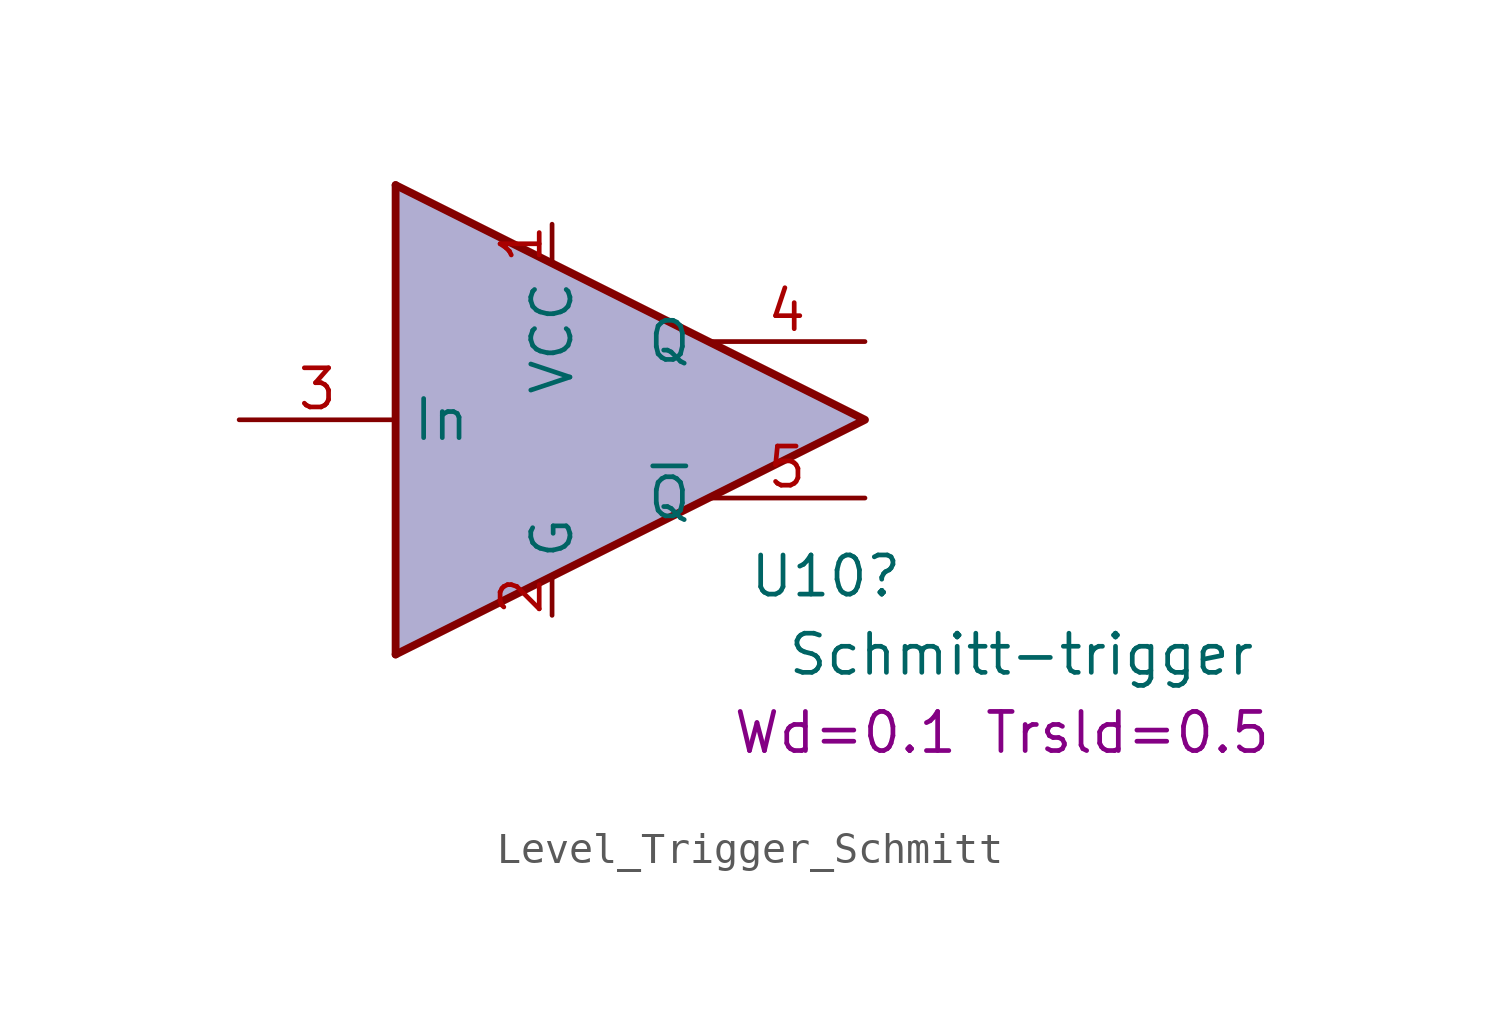
<source format=kicad_sym>
(kicad_symbol_lib
  (version 20220914)
  (generator kicad_symbol_editor)
  (symbol "Level_Trigger_Schmitt"
    (property "Reference" "U10"
      (at 8.89 -5.08 0)
      (effects (font (size 1.27 1.27))))
    (property "Value" "Schmitt-trigger"
      (at 15.24 -7.62 0)
      (effects (font (size 1.27 1.27))))
    (property "Sim.Params" "Wd=0.1 Trsld=0.5"
      (at 14.605 -10.16 0)
      (effects (font (size 1.27 1.27))))
    (symbol "Level_Trigger_Schmitt_0_1"
      (rectangle (start -5.08 7.62) (end -5.08 -7.62) (stroke (width 0.254) (type default)) (fill (type background))))
    (symbol "Level_Trigger_Schmitt_1_1"
      (polyline (pts (xy -5.08 -7.62) (xy 10.16 0) (xy -5.08 7.62)) (stroke (width 0.254) (type default)) (fill (type color) (color 149 146 194 0.749)))
      (pin power_in line (at 0 6.35 270) (length 1.27) (name "VCC" (effects (font (size 1.27 1.27)))) (number "1" (effects (font (size 1.27 1.27)))))
      (pin power_in line (at 0 -6.35 90) (length 1.27) (name "G" (effects (font (size 1.27 1.27)))) (number "2" (effects (font (size 1.27 1.27)))))
      (pin input line (at -10.16 0 0) (length 5.08) (name "In" (effects (font (size 1.27 1.27)))) (number "3" (effects (font (size 1.27 1.27)))))
      (pin output line (at 10.16 2.54 180) (length 5.08) (name "Q" (effects (font (size 1.27 1.27)))) (number "4" (effects (font (size 1.27 1.27)))))
      (pin output line (at 10.16 -2.54 180) (length 5.08) (name "~{Q}" (effects (font (size 1.27 1.27)))) (number "5" (effects (font (size 1.27 1.27))))))))
</source>
